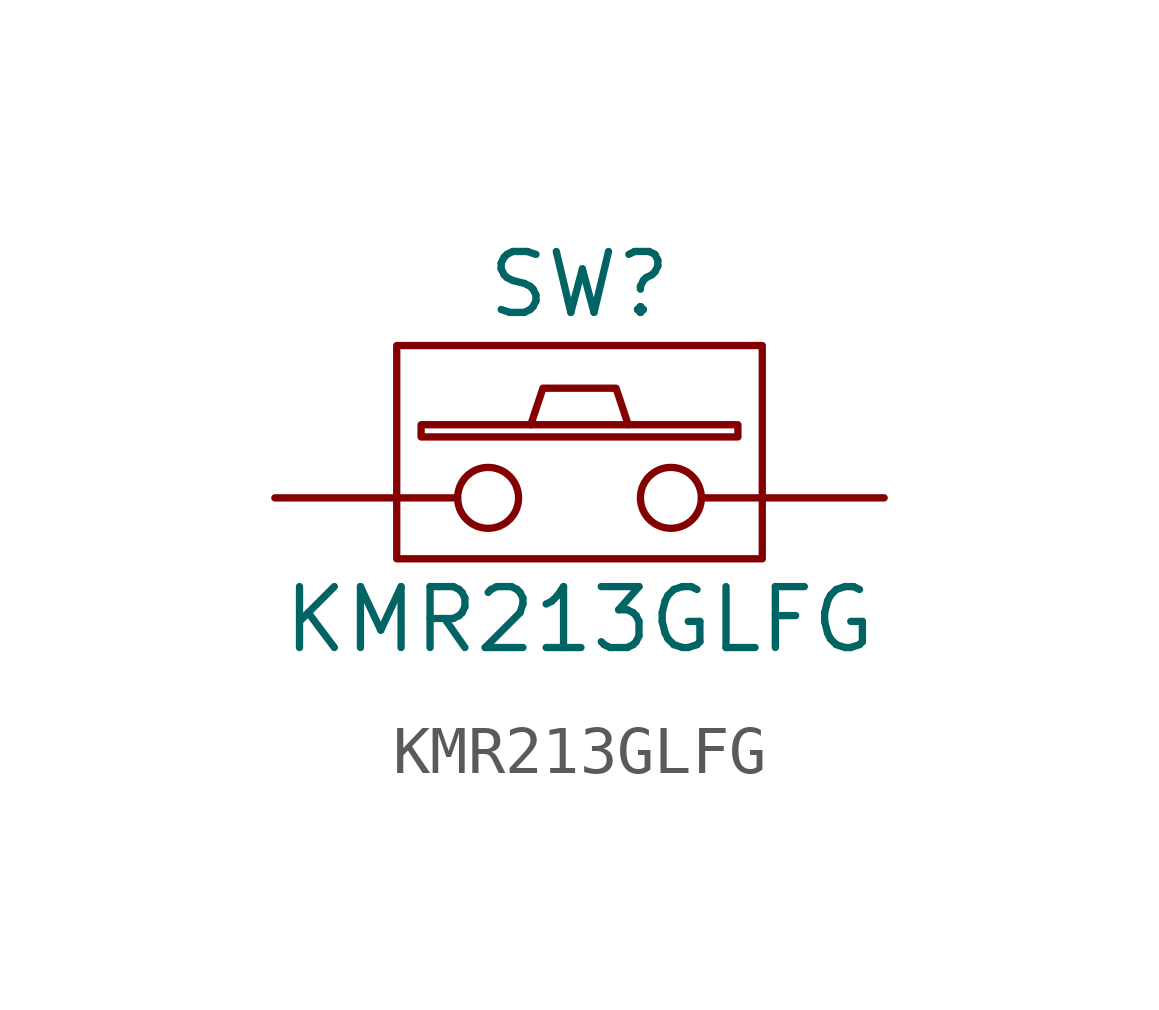
<source format=kicad_sym>
(kicad_symbol_lib
  (version 20211014)
  (generator kicad_symbol_editor)
  (symbol "KMR213GLFG"
    (pin_numbers hide)
    (pin_names
      (offset 1.016) hide)
    (property "Reference" "SW"
      (at 0 4.445 0)
      (effects (font (size 1.27 1.27))))
    (property "Value" "KMR213GLFG"
      (at 0 -2.54 0)
      (effects (font (size 1.27 1.27))))
    (symbol "KMR213GLFG_0_1"
      (rectangle (start -3.81 3.175) (end 3.81 -1.27) (stroke (width 0) (type default) (color 0 0 0 0)) (fill (type none)))
      (rectangle (start -3.302 1.27) (end 3.302 1.524) (stroke (width 0) (type default) (color 0 0 0 0)) (fill (type none)))
      (circle (center -1.905 0) (radius 0.635) (stroke (width 0) (type default) (color 0 0 0 0)) (fill (type none)))
      (polyline (pts (xy -2.54 0) (xy -3.81 0)) (stroke (width 0) (type default) (color 0 0 0 0)) (fill (type none)))
      (polyline (pts (xy 2.54 0) (xy 3.81 0)) (stroke (width 0) (type default) (color 0 0 0 0)) (fill (type none)))
      (polyline (pts (xy -1.016 1.524) (xy -0.762 2.286) (xy 0.762 2.286) (xy 1.016 1.524)) (stroke (width 0) (type default) (color 0 0 0 0)) (fill (type none)))
      (circle (center 1.905 0) (radius 0.635) (stroke (width 0) (type default) (color 0 0 0 0)) (fill (type none)))
      (pin passive line (at -6.35 0 0) (length 2.54) (name "1" (effects (font (size 1.27 1.27)))) (number "1" (effects (font (size 1.27 1.27)))))
      (pin passive line (at -6.35 0 0) (length 2.54) hide (name "4" (effects (font (size 1.27 1.27)))) (number "4" (effects (font (size 1.27 1.27))))))
    (symbol "KMR213GLFG_1_1"
      (pin passive line (at 6.35 0 180) (length 2.54) hide (name "2" (effects (font (size 1.27 1.27)))) (number "2" (effects (font (size 1.27 1.27)))))
      (pin passive line (at 6.35 0 180) (length 2.54) (name "3" (effects (font (size 1.27 1.27)))) (number "3" (effects (font (size 1.27 1.27))))))))
</source>
